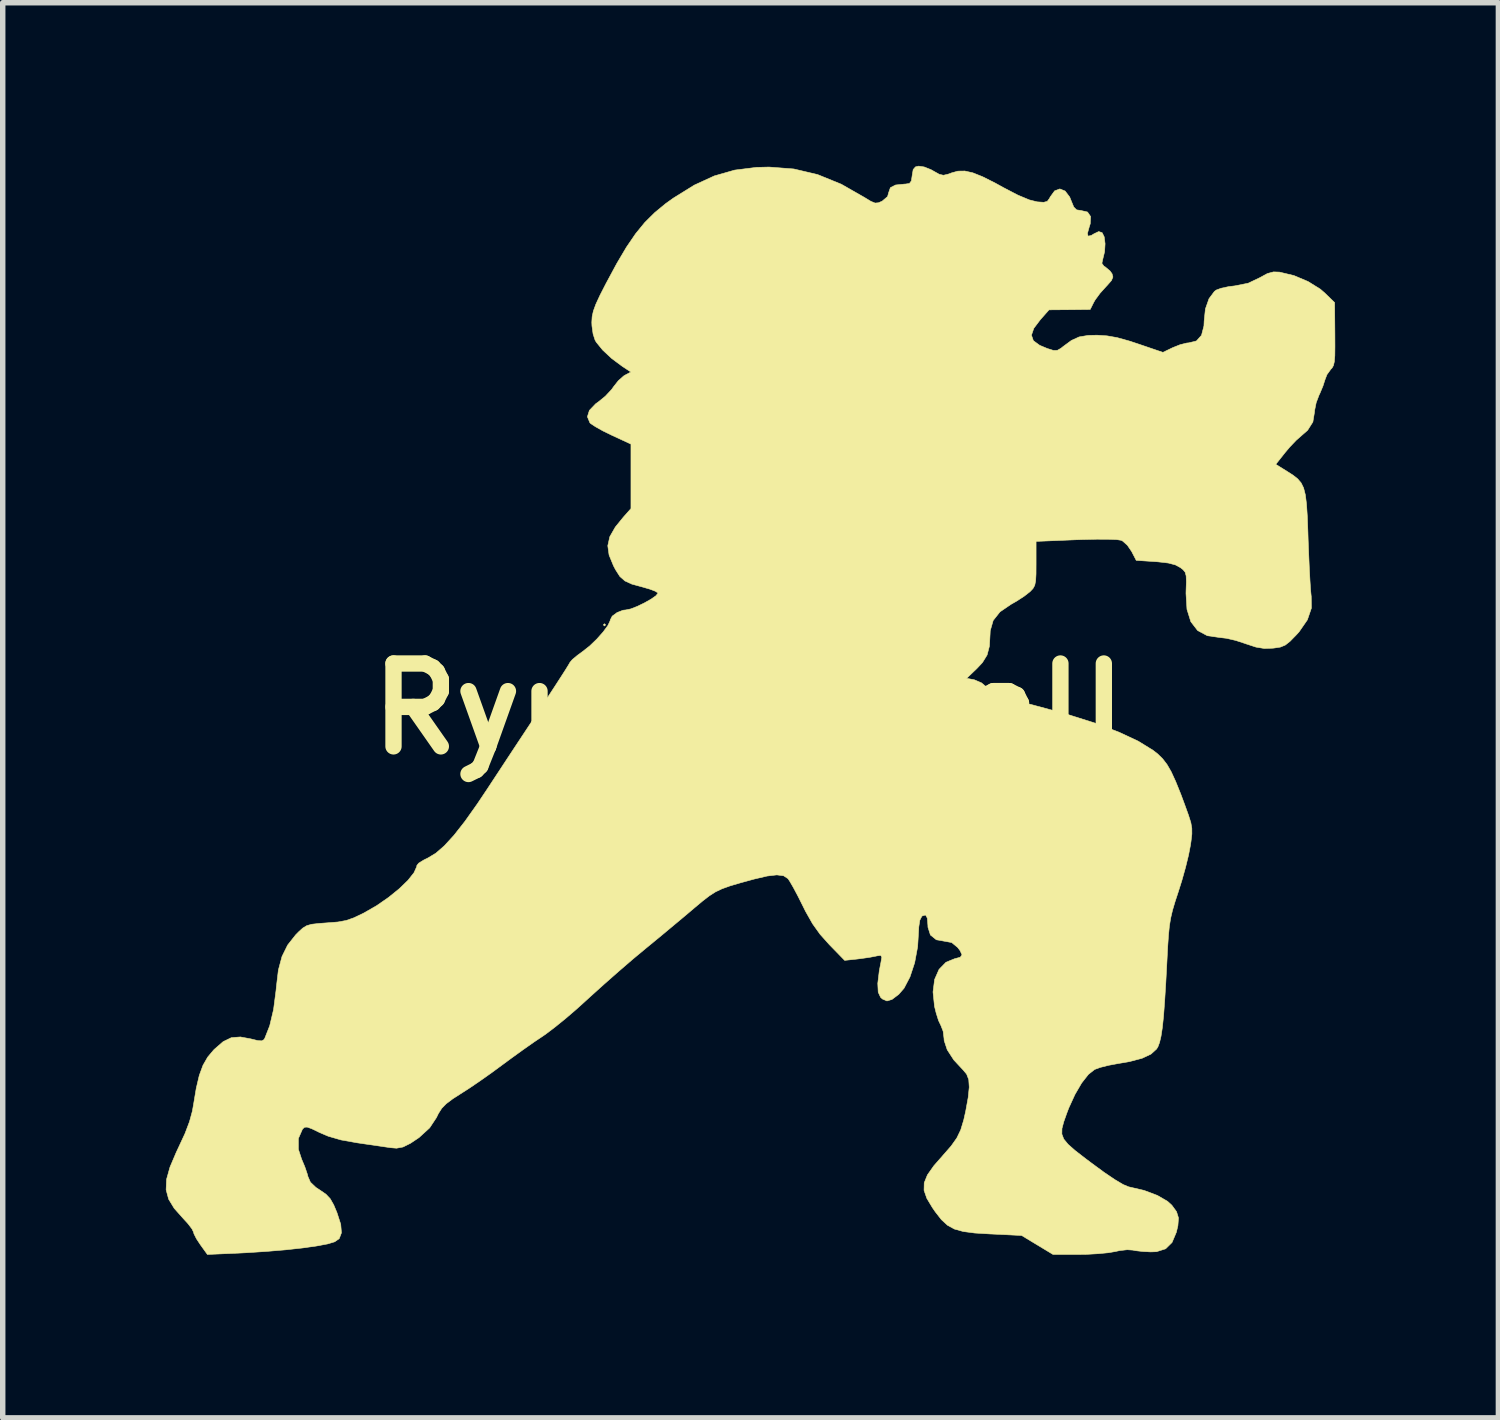
<source format=kicad_pcb>
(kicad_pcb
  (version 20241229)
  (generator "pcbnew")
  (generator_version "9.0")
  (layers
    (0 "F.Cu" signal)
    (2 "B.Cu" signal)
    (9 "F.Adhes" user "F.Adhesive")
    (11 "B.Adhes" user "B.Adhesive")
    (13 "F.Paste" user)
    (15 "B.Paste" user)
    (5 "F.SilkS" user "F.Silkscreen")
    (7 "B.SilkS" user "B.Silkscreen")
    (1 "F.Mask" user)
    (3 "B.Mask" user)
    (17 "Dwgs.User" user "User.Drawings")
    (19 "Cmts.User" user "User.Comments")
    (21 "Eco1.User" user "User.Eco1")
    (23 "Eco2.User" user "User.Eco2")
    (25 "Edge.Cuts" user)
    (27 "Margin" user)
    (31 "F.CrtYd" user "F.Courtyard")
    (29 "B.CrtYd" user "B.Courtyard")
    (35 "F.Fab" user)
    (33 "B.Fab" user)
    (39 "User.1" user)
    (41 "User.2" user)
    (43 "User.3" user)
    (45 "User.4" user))
  (footprint "Ryu_Fireball"
    (layer "F.Cu")
    (at 10.754 9.986)
    (property "Reference" "Ryu_Fireball" (at 0 0 0) (layer "F.SilkS") (effects (font (size 1.524 1.524) (thickness 0.3))))
    (attr through_hole)
    (fp_poly (pts (xy -2.667 -1.545) (xy -2.688 -1.524) (xy -2.709 -1.545) (xy -2.688 -1.566) (xy -2.667 -1.545)) (stroke (width 0.01) (type solid)) (fill yes) (layer "F.SilkS"))
    (fp_poly (pts (xy 3.191 -9.966) (xy 3.317 -9.916) (xy 3.361 -9.891) (xy 3.468 -9.831) (xy 3.545 -9.813) (xy 3.632 -9.833) (xy 3.693 -9.856) (xy 3.812 -9.889) (xy 3.939 -9.891) (xy 4.086 -9.858) (xy 4.266 -9.786) (xy 4.495 -9.671) (xy 4.653 -9.584) (xy 4.914 -9.448) (xy 5.125 -9.36) (xy 5.269 -9.324) (xy 5.389 -9.316) (xy 5.455 -9.333) (xy 5.496 -9.388) (xy 5.508 -9.413) (xy 5.59 -9.526) (xy 5.686 -9.562) (xy 5.783 -9.523) (xy 5.867 -9.413) (xy 5.896 -9.341) (xy 5.942 -9.229) (xy 5.994 -9.177) (xy 6.073 -9.165) (xy 6.073 -9.165) (xy 6.195 -9.137) (xy 6.252 -9.054) (xy 6.245 -8.92) (xy 6.228 -8.868) (xy 6.194 -8.745) (xy 6.205 -8.693) (xy 6.264 -8.706) (xy 6.313 -8.736) (xy 6.401 -8.778) (xy 6.464 -8.757) (xy 6.502 -8.68) (xy 6.518 -8.553) (xy 6.509 -8.407) (xy 6.478 -8.28) (xy 6.459 -8.193) (xy 6.497 -8.141) (xy 6.52 -8.128) (xy 6.609 -8.053) (xy 6.646 -8.002) (xy 6.662 -7.942) (xy 6.635 -7.877) (xy 6.554 -7.785) (xy 6.532 -7.762) (xy 6.425 -7.643) (xy 6.336 -7.522) (xy 6.309 -7.475) (xy 6.244 -7.345) (xy 5.866 -7.341) (xy 5.487 -7.338) (xy 5.326 -7.156) (xy 5.207 -6.998) (xy 5.164 -6.873) (xy 5.199 -6.771) (xy 5.315 -6.686) (xy 5.453 -6.628) (xy 5.567 -6.592) (xy 5.64 -6.593) (xy 5.709 -6.633) (xy 5.746 -6.663) (xy 5.898 -6.775) (xy 6.04 -6.84) (xy 6.206 -6.868) (xy 6.371 -6.872) (xy 6.553 -6.86) (xy 6.741 -6.827) (xy 6.963 -6.765) (xy 7.124 -6.712) (xy 7.581 -6.556) (xy 7.762 -6.643) (xy 7.897 -6.697) (xy 8.021 -6.728) (xy 8.057 -6.731) (xy 8.198 -6.766) (xy 8.291 -6.87) (xy 8.336 -7.042) (xy 8.34 -7.132) (xy 8.363 -7.355) (xy 8.429 -7.543) (xy 8.528 -7.676) (xy 8.562 -7.702) (xy 8.651 -7.735) (xy 8.79 -7.765) (xy 8.905 -7.779) (xy 9.15 -7.828) (xy 9.362 -7.929) (xy 9.503 -8.006) (xy 9.616 -8.036) (xy 9.725 -8.032) (xy 9.99 -7.969) (xy 10.251 -7.859) (xy 10.476 -7.719) (xy 10.559 -7.647) (xy 10.739 -7.472) (xy 10.744 -6.895) (xy 10.745 -6.66) (xy 10.743 -6.495) (xy 10.734 -6.385) (xy 10.717 -6.314) (xy 10.692 -6.269) (xy 10.669 -6.245) (xy 10.598 -6.147) (xy 10.562 -6.053) (xy 10.525 -5.938) (xy 10.468 -5.801) (xy 10.454 -5.774) (xy 10.4 -5.631) (xy 10.371 -5.487) (xy 10.37 -5.463) (xy 10.339 -5.276) (xy 10.242 -5.123) (xy 10.132 -5.027) (xy 10.033 -4.94) (xy 9.914 -4.815) (xy 9.828 -4.713) (xy 9.657 -4.497) (xy 9.863 -4.369) (xy 9.974 -4.298) (xy 10.059 -4.231) (xy 10.123 -4.156) (xy 10.169 -4.062) (xy 10.201 -3.936) (xy 10.222 -3.767) (xy 10.237 -3.541) (xy 10.248 -3.248) (xy 10.252 -3.114) (xy 10.263 -2.837) (xy 10.274 -2.581) (xy 10.286 -2.36) (xy 10.297 -2.189) (xy 10.307 -2.085) (xy 10.309 -2.072) (xy 10.312 -1.853) (xy 10.238 -1.637) (xy 10.085 -1.416) (xy 10.037 -1.363) (xy 9.92 -1.243) (xy 9.831 -1.173) (xy 9.741 -1.136) (xy 9.622 -1.118) (xy 9.602 -1.116) (xy 9.445 -1.111) (xy 9.293 -1.136) (xy 9.109 -1.196) (xy 9.09 -1.203) (xy 8.919 -1.259) (xy 8.751 -1.298) (xy 8.631 -1.312) (xy 8.399 -1.345) (xy 8.22 -1.441) (xy 8.095 -1.603) (xy 8.024 -1.83) (xy 8.006 -2.123) (xy 8.007 -2.166) (xy 8.013 -2.337) (xy 8.009 -2.445) (xy 7.991 -2.512) (xy 7.952 -2.56) (xy 7.905 -2.597) (xy 7.811 -2.648) (xy 7.681 -2.682) (xy 7.492 -2.704) (xy 7.439 -2.708) (xy 7.091 -2.731) (xy 7.006 -2.895) (xy 6.929 -3.008) (xy 6.84 -3.087) (xy 6.815 -3.1) (xy 6.733 -3.113) (xy 6.579 -3.119) (xy 6.366 -3.12) (xy 6.107 -3.114) (xy 5.98 -3.11) (xy 5.249 -3.08) (xy 5.249 -2.67) (xy 5.248 -2.479) (xy 5.241 -2.353) (xy 5.224 -2.271) (xy 5.192 -2.213) (xy 5.141 -2.159) (xy 5.133 -2.152) (xy 5.029 -2.071) (xy 4.887 -1.979) (xy 4.787 -1.922) (xy 4.585 -1.784) (xy 4.46 -1.626) (xy 4.406 -1.437) (xy 4.403 -1.371) (xy 4.391 -1.154) (xy 4.348 -0.99) (xy 4.262 -0.851) (xy 4.16 -0.742) (xy 3.972 -0.562) (xy 4.113 -0.535) (xy 4.246 -0.478) (xy 4.36 -0.381) (xy 4.406 -0.333) (xy 4.465 -0.292) (xy 4.55 -0.253) (xy 4.673 -0.21) (xy 4.848 -0.16) (xy 5.086 -0.098) (xy 5.207 -0.067) (xy 5.813 0.097) (xy 6.335 0.262) (xy 6.773 0.428) (xy 7.128 0.594) (xy 7.399 0.761) (xy 7.485 0.828) (xy 7.575 0.916) (xy 7.656 1.021) (xy 7.734 1.156) (xy 7.817 1.337) (xy 7.913 1.575) (xy 7.986 1.772) (xy 8.053 1.958) (xy 8.095 2.091) (xy 8.113 2.196) (xy 8.114 2.301) (xy 8.099 2.431) (xy 8.087 2.512) (xy 8.053 2.688) (xy 7.998 2.913) (xy 7.93 3.156) (xy 7.866 3.359) (xy 7.804 3.548) (xy 7.758 3.703) (xy 7.725 3.844) (xy 7.701 3.99) (xy 7.684 4.162) (xy 7.669 4.38) (xy 7.656 4.636) (xy 7.634 5.048) (xy 7.613 5.384) (xy 7.593 5.653) (xy 7.571 5.862) (xy 7.547 6.019) (xy 7.52 6.134) (xy 7.49 6.214) (xy 7.465 6.255) (xy 7.361 6.349) (xy 7.199 6.425) (xy 6.968 6.486) (xy 6.753 6.523) (xy 6.581 6.555) (xy 6.426 6.594) (xy 6.326 6.631) (xy 6.211 6.722) (xy 6.087 6.88) (xy 5.964 7.091) (xy 5.85 7.34) (xy 5.815 7.432) (xy 5.758 7.593) (xy 5.725 7.717) (xy 5.723 7.819) (xy 5.758 7.911) (xy 5.837 8.007) (xy 5.966 8.121) (xy 6.153 8.266) (xy 6.266 8.351) (xy 6.5 8.523) (xy 6.698 8.657) (xy 6.85 8.747) (xy 6.948 8.788) (xy 6.951 8.789) (xy 7.235 8.855) (xy 7.479 8.947) (xy 7.666 9.055) (xy 7.745 9.127) (xy 7.832 9.246) (xy 7.868 9.362) (xy 7.857 9.504) (xy 7.828 9.626) (xy 7.749 9.813) (xy 7.631 9.929) (xy 7.464 9.982) (xy 7.357 9.986) (xy 7.207 9.978) (xy 7.075 9.963) (xy 7.028 9.953) (xy 6.925 9.946) (xy 6.784 9.962) (xy 6.712 9.978) (xy 6.58 10.001) (xy 6.391 10.019) (xy 6.177 10.031) (xy 6.031 10.033) (xy 5.561 10.033) (xy 4.983 9.684) (xy 4.402 9.656) (xy 4.122 9.639) (xy 3.91 9.611) (xy 3.748 9.566) (xy 3.62 9.496) (xy 3.508 9.393) (xy 3.395 9.248) (xy 3.342 9.171) (xy 3.24 9.001) (xy 3.189 8.854) (xy 3.192 8.716) (xy 3.251 8.57) (xy 3.37 8.401) (xy 3.535 8.213) (xy 3.687 8.039) (xy 3.792 7.891) (xy 3.864 7.741) (xy 3.919 7.559) (xy 3.955 7.398) (xy 4.001 7.144) (xy 4.02 6.956) (xy 4.011 6.818) (xy 3.972 6.717) (xy 3.91 6.643) (xy 3.736 6.456) (xy 3.615 6.269) (xy 3.559 6.1) (xy 3.556 6.057) (xy 3.54 5.928) (xy 3.499 5.823) (xy 3.496 5.817) (xy 3.455 5.731) (xy 3.412 5.594) (xy 3.381 5.469) (xy 3.354 5.206) (xy 3.383 4.976) (xy 3.465 4.79) (xy 3.593 4.659) (xy 3.75 4.595) (xy 3.855 4.567) (xy 3.887 4.524) (xy 3.853 4.448) (xy 3.807 4.387) (xy 3.697 4.297) (xy 3.584 4.276) (xy 3.415 4.246) (xy 3.306 4.158) (xy 3.261 4.016) (xy 3.26 3.984) (xy 3.249 3.848) (xy 3.217 3.79) (xy 3.158 3.807) (xy 3.147 3.816) (xy 3.111 3.887) (xy 3.092 4.012) (xy 3.09 4.061) (xy 3.071 4.374) (xy 3.016 4.669) (xy 2.93 4.929) (xy 2.821 5.137) (xy 2.723 5.25) (xy 2.6 5.343) (xy 2.507 5.371) (xy 2.425 5.336) (xy 2.39 5.305) (xy 2.346 5.21) (xy 2.338 5.048) (xy 2.366 4.816) (xy 2.396 4.661) (xy 2.412 4.566) (xy 2.393 4.533) (xy 2.323 4.542) (xy 2.303 4.547) (xy 2.188 4.569) (xy 2.034 4.591) (xy 1.954 4.601) (xy 1.729 4.625) (xy 1.446 4.334) (xy 1.277 4.145) (xy 1.139 3.952) (xy 1.009 3.722) (xy 0.958 3.619) (xy 0.868 3.44) (xy 0.785 3.284) (xy 0.719 3.17) (xy 0.687 3.122) (xy 0.606 3.069) (xy 0.481 3.053) (xy 0.303 3.074) (xy 0.064 3.13) (xy -0.191 3.2) (xy -0.381 3.256) (xy -0.528 3.309) (xy -0.648 3.366) (xy -0.76 3.438) (xy -0.883 3.533) (xy -1.036 3.661) (xy -1.084 3.702) (xy -1.225 3.821) (xy -1.412 3.977) (xy -1.623 4.153) (xy -1.839 4.331) (xy -1.927 4.403) (xy -2.165 4.601) (xy -2.434 4.833) (xy -2.704 5.071) (xy -2.947 5.29) (xy -2.995 5.334) (xy -3.196 5.516) (xy -3.403 5.694) (xy -3.598 5.852) (xy -3.76 5.975) (xy -3.823 6.019) (xy -3.983 6.126) (xy -4.182 6.266) (xy -4.394 6.419) (xy -4.561 6.542) (xy -4.762 6.69) (xy -4.973 6.839) (xy -5.167 6.971) (xy -5.299 7.056) (xy -5.477 7.17) (xy -5.598 7.261) (xy -5.681 7.346) (xy -5.742 7.442) (xy -5.778 7.516) (xy -5.903 7.705) (xy -6.099 7.884) (xy -6.256 7.989) (xy -6.393 8.057) (xy -6.512 8.079) (xy -6.617 8.07) (xy -6.736 8.053) (xy -6.91 8.027) (xy -7.113 7.998) (xy -7.235 7.98) (xy -7.532 7.927) (xy -7.77 7.858) (xy -7.933 7.788) (xy -8.071 7.721) (xy -8.154 7.691) (xy -8.203 7.693) (xy -8.237 7.724) (xy -8.243 7.732) (xy -8.317 7.901) (xy -8.317 8.099) (xy -8.258 8.279) (xy -8.198 8.422) (xy -8.152 8.557) (xy -8.141 8.601) (xy -8.096 8.704) (xy -7.994 8.801) (xy -7.919 8.85) (xy -7.808 8.927) (xy -7.731 9.009) (xy -7.666 9.124) (xy -7.607 9.265) (xy -7.538 9.479) (xy -7.525 9.635) (xy -7.566 9.742) (xy -7.649 9.8) (xy -7.778 9.839) (xy -7.981 9.877) (xy -8.243 9.914) (xy -8.553 9.948) (xy -8.9 9.977) (xy -9.269 10.001) (xy -9.429 10.009) (xy -9.99 10.033) (xy -10.117 9.857) (xy -10.191 9.745) (xy -10.237 9.654) (xy -10.245 9.622) (xy -10.273 9.564) (xy -10.346 9.468) (xy -10.441 9.364) (xy -10.601 9.184) (xy -10.703 9.016) (xy -10.749 8.843) (xy -10.741 8.651) (xy -10.678 8.426) (xy -10.562 8.153) (xy -10.523 8.07) (xy -10.401 7.807) (xy -10.319 7.59) (xy -10.266 7.395) (xy -10.246 7.281) (xy -10.195 6.976) (xy -10.139 6.739) (xy -10.071 6.554) (xy -9.985 6.404) (xy -9.876 6.274) (xy -9.862 6.26) (xy -9.7 6.119) (xy -9.549 6.046) (xy -9.384 6.033) (xy -9.195 6.068) (xy -9.064 6.1) (xy -8.991 6.105) (xy -8.952 6.084) (xy -8.935 6.058) (xy -8.844 5.827) (xy -8.773 5.527) (xy -8.727 5.172) (xy -8.722 5.116) (xy -8.685 4.804) (xy -8.618 4.553) (xy -8.515 4.344) (xy -8.367 4.156) (xy -8.312 4.1) (xy -8.236 4.031) (xy -8.164 3.987) (xy -8.074 3.961) (xy -7.942 3.946) (xy -7.792 3.935) (xy -7.59 3.919) (xy -7.437 3.891) (xy -7.297 3.842) (xy -7.131 3.763) (xy -7.106 3.75) (xy -6.875 3.617) (xy -6.656 3.465) (xy -6.461 3.307) (xy -6.302 3.153) (xy -6.191 3.013) (xy -6.14 2.9) (xy -6.138 2.879) (xy -6.103 2.836) (xy -6.011 2.779) (xy -5.93 2.739) (xy -5.789 2.654) (xy -5.632 2.517) (xy -5.455 2.324) (xy -5.254 2.068) (xy -5.025 1.745) (xy -4.841 1.47) (xy -4.705 1.263) (xy -4.536 1.006) (xy -4.347 0.719) (xy -4.15 0.421) (xy -3.96 0.133) (xy -3.908 0.055) (xy -3.75 -0.186) (xy -3.606 -0.406) (xy -3.485 -0.593) (xy -3.393 -0.737) (xy -3.337 -0.829) (xy -3.322 -0.856) (xy -3.278 -0.908) (xy -3.184 -0.986) (xy -3.091 -1.054) (xy -2.961 -1.156) (xy -2.829 -1.283) (xy -2.711 -1.416) (xy -2.624 -1.535) (xy -2.583 -1.623) (xy -2.582 -1.634) (xy -2.546 -1.705) (xy -2.457 -1.771) (xy -2.347 -1.814) (xy -2.293 -1.82) (xy -2.206 -1.838) (xy -2.085 -1.885) (xy -1.953 -1.949) (xy -1.831 -2.018) (xy -1.741 -2.081) (xy -1.705 -2.127) (xy -1.705 -2.132) (xy -1.751 -2.163) (xy -1.857 -2.203) (xy -1.999 -2.244) (xy -2.186 -2.295) (xy -2.312 -2.353) (xy -2.404 -2.434) (xy -2.483 -2.557) (xy -2.522 -2.631) (xy -2.603 -2.828) (xy -2.627 -3) (xy -2.59 -3.166) (xy -2.489 -3.343) (xy -2.342 -3.524) (xy -2.201 -3.683) (xy -2.201 -4.869) (xy -2.551 -5.031) (xy -2.713 -5.11) (xy -2.849 -5.186) (xy -2.938 -5.244) (xy -2.956 -5.261) (xy -3.002 -5.372) (xy -2.965 -5.49) (xy -2.849 -5.611) (xy -2.802 -5.644) (xy -2.672 -5.75) (xy -2.556 -5.874) (xy -2.523 -5.921) (xy -2.434 -6.034) (xy -2.335 -6.122) (xy -2.314 -6.135) (xy -2.202 -6.195) (xy -2.36 -6.299) (xy -2.555 -6.444) (xy -2.721 -6.599) (xy -2.839 -6.744) (xy -2.861 -6.782) (xy -2.897 -6.893) (xy -2.918 -7.042) (xy -2.921 -7.109) (xy -2.915 -7.212) (xy -2.892 -7.317) (xy -2.846 -7.443) (xy -2.77 -7.607) (xy -2.661 -7.82) (xy -2.463 -8.188) (xy -2.285 -8.489) (xy -2.116 -8.737) (xy -1.947 -8.944) (xy -1.766 -9.124) (xy -1.565 -9.29) (xy -1.421 -9.393) (xy -1.036 -9.632) (xy -0.668 -9.801) (xy -0.294 -9.908) (xy 0.106 -9.958) (xy 0.339 -9.964) (xy 0.793 -9.929) (xy 1.231 -9.826) (xy 1.666 -9.649) (xy 2.09 -9.407) (xy 2.21 -9.334) (xy 2.288 -9.302) (xy 2.35 -9.307) (xy 2.419 -9.337) (xy 2.518 -9.421) (xy 2.54 -9.5) (xy 2.57 -9.585) (xy 2.665 -9.634) (xy 2.832 -9.651) (xy 2.844 -9.651) (xy 2.92 -9.662) (xy 2.956 -9.71) (xy 2.971 -9.811) (xy 2.989 -9.918) (xy 3.031 -9.967) (xy 3.09 -9.981) (xy 3.191 -9.966)) (stroke (width 0.01) (type solid)) (fill yes) (layer "F.SilkS")))
  (gr_rect
    (start -3 -3)
    (end 24.505 23.024)
    (stroke (width 0.1) (type default))
    (fill no)
    (layer "Edge.Cuts")))
</source>
